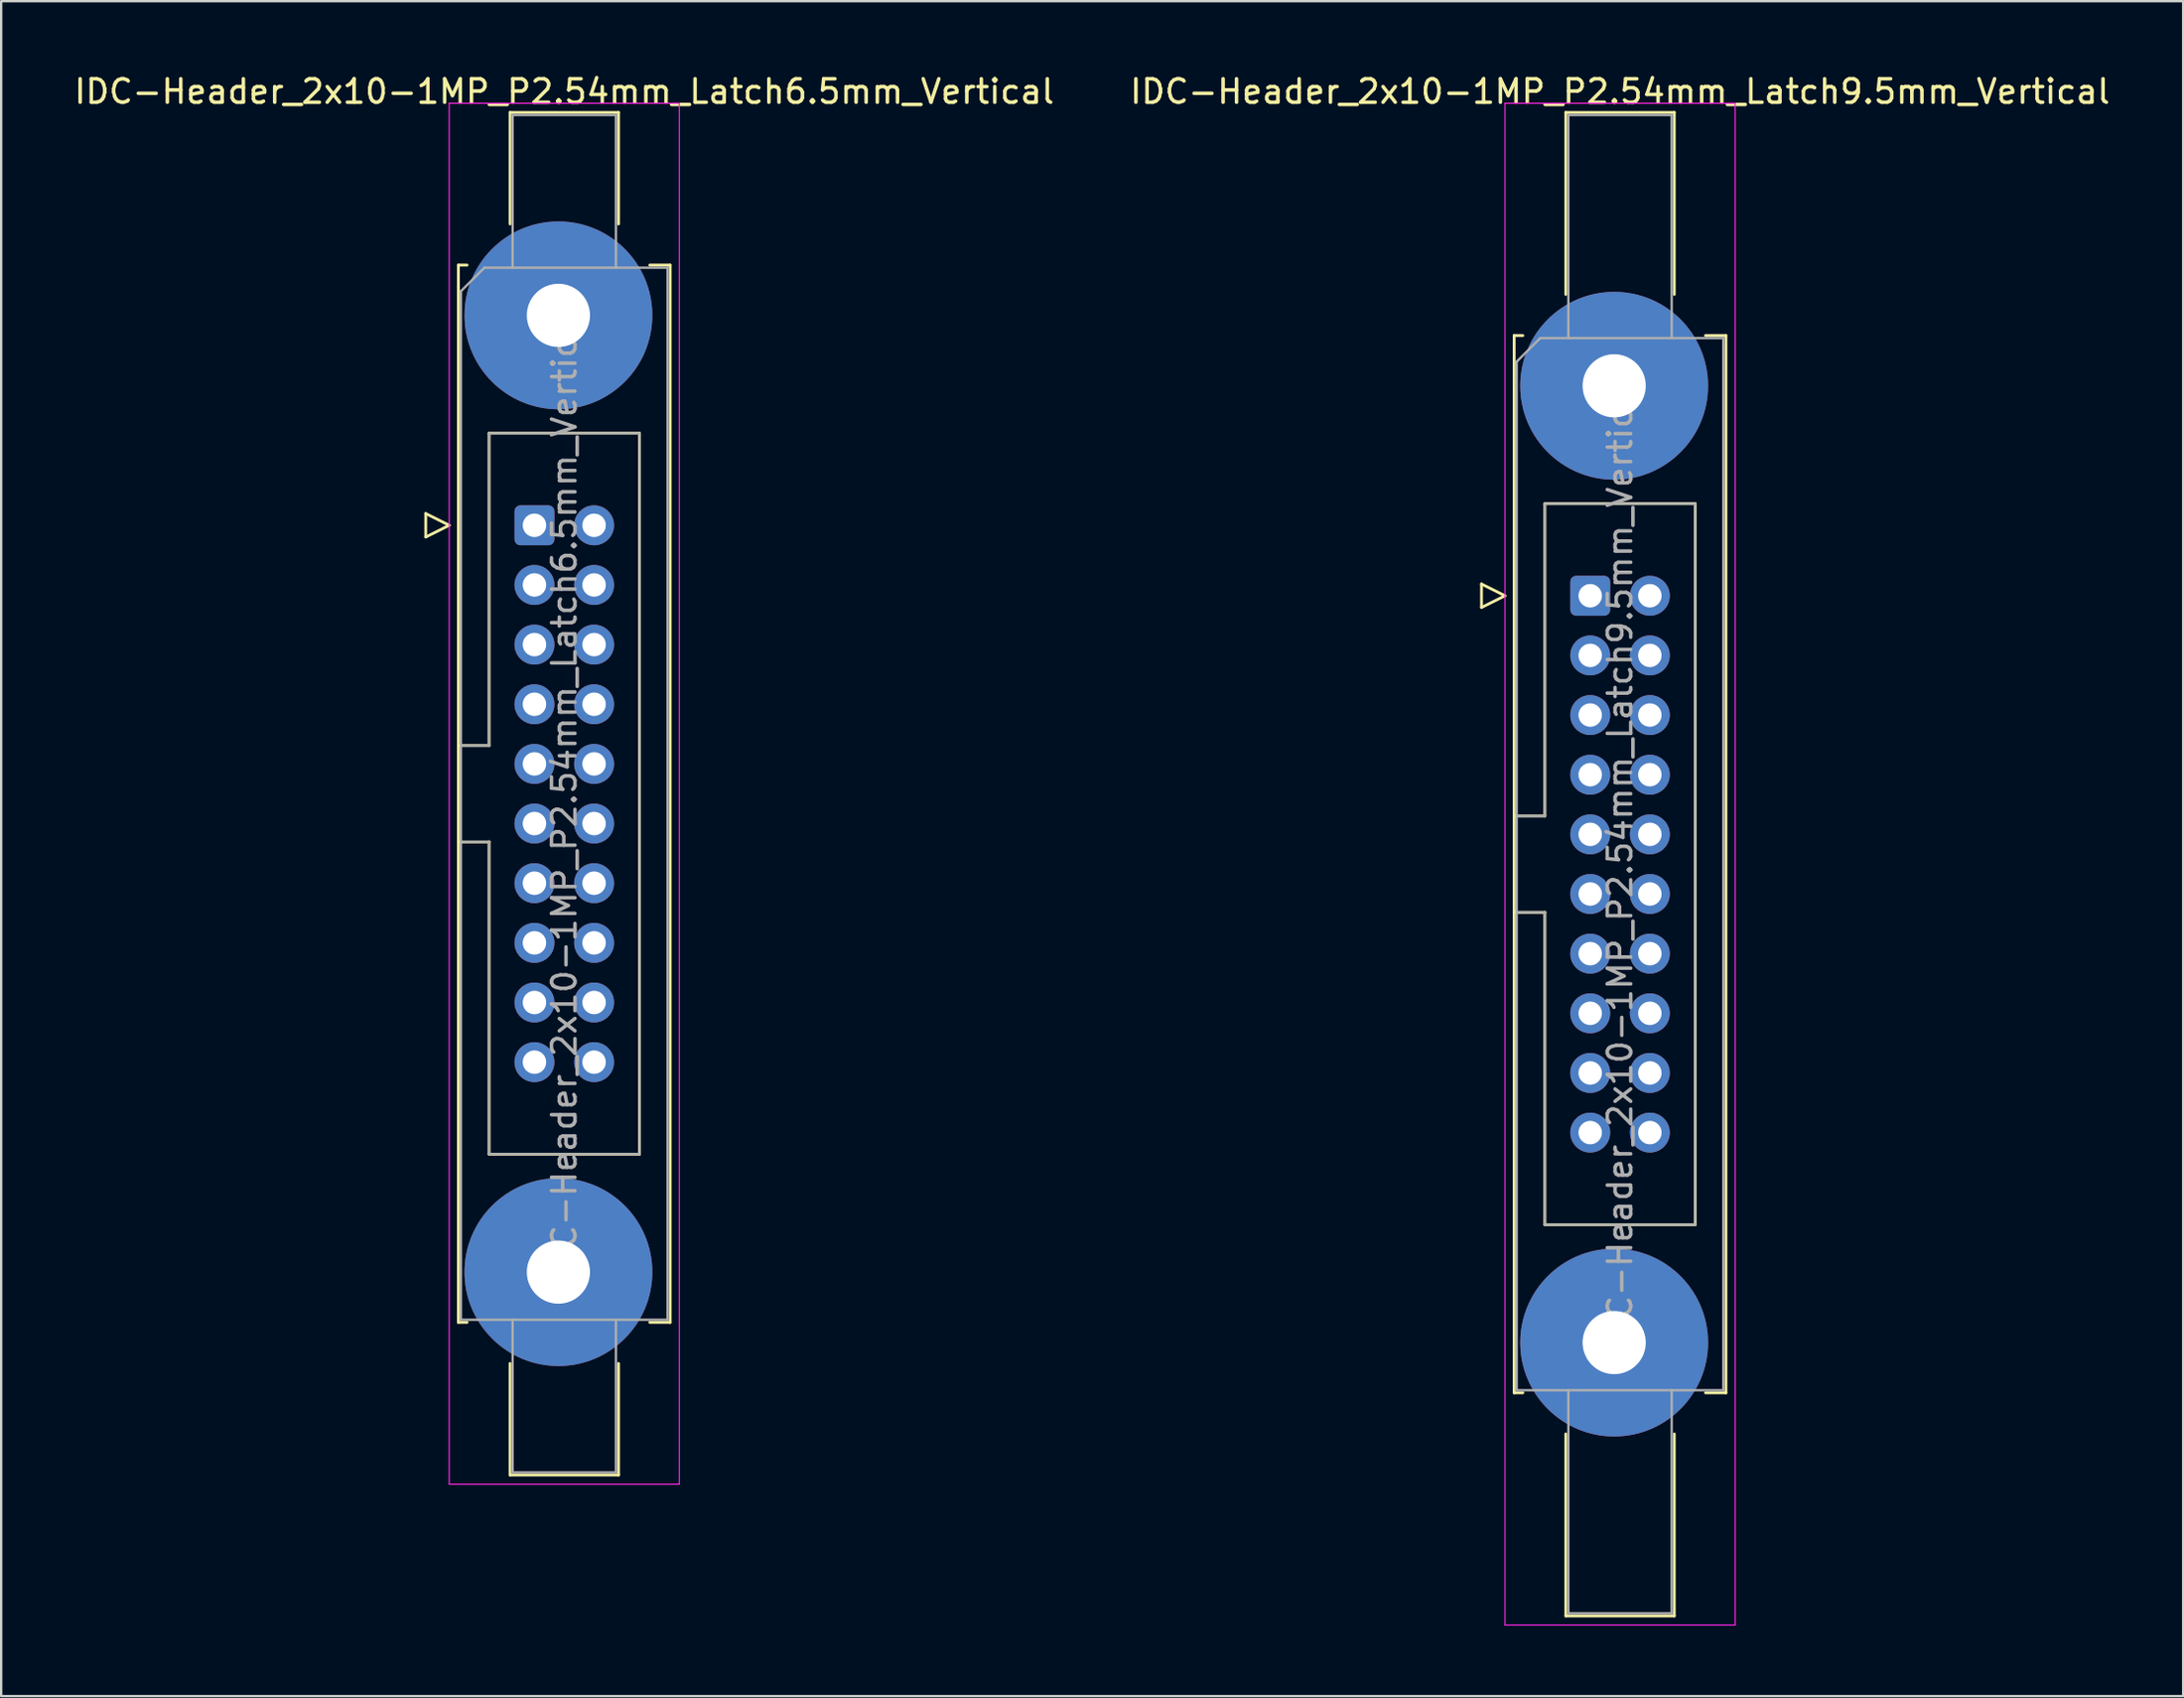
<source format=kicad_pcb>
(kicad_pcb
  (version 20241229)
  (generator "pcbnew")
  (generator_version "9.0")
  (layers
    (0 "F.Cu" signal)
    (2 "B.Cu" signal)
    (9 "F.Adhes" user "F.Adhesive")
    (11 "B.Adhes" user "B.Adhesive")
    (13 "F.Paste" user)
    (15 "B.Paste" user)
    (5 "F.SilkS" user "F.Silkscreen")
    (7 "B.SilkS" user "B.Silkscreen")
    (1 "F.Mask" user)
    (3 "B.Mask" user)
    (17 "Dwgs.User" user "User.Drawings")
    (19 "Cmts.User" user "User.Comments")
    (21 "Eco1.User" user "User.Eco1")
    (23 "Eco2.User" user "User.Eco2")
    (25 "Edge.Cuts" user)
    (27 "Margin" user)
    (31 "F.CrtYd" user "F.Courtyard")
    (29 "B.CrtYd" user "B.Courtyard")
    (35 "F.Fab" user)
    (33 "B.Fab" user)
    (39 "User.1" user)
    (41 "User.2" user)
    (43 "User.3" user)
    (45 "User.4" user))
  (footprint "IDC-Header_2x10-1MP_P2.54mm_Latch9.5mm_Vertical"
    (layer "F.Cu")
    (at 64.676 22.318)
    (property "Reference" "IDC-Header_2x10-1MP_P2.54mm_Latch9.5mm_Vertical" (at 1.27 -21.47 0) (layer "F.SilkS") (effects (font (size 1 1) (thickness 0.15))))
    (attr through_hole)
    (fp_line (start -4.63 -0.5) (end -4.63 0.5) (stroke (width 0.12) (type solid)) (layer "F.SilkS"))
    (fp_line (start -4.63 0.5) (end -3.63 0) (stroke (width 0.12) (type solid)) (layer "F.SilkS"))
    (fp_line (start -3.63 0) (end -4.63 -0.5) (stroke (width 0.12) (type solid)) (layer "F.SilkS"))
    (fp_line (start -3.24 -11.08) (end -3.24 33.94) (stroke (width 0.12) (type solid)) (layer "F.SilkS"))
    (fp_line (start -3.24 9.38) (end -1.93 9.38) (stroke (width 0.12) (type solid)) (layer "F.SilkS"))
    (fp_line (start -3.24 33.94) (end -2.87 33.94) (stroke (width 0.12) (type solid)) (layer "F.SilkS"))
    (fp_line (start -2.87 -11.08) (end -3.24 -11.08) (stroke (width 0.12) (type solid)) (layer "F.SilkS"))
    (fp_line (start -1.93 -3.92) (end 4.47 -3.92) (stroke (width 0.12) (type solid)) (layer "F.SilkS"))
    (fp_line (start -1.93 9.38) (end -1.93 -3.92) (stroke (width 0.12) (type solid)) (layer "F.SilkS"))
    (fp_line (start -1.93 13.48) (end -3.24 13.48) (stroke (width 0.12) (type solid)) (layer "F.SilkS"))
    (fp_line (start -1.93 13.48) (end -1.93 13.48) (stroke (width 0.12) (type solid)) (layer "F.SilkS"))
    (fp_line (start -1.93 26.78) (end -1.93 13.48) (stroke (width 0.12) (type solid)) (layer "F.SilkS"))
    (fp_line (start -1.04 -20.58) (end 3.58 -20.58) (stroke (width 0.12) (type solid)) (layer "F.SilkS"))
    (fp_line (start -1.04 -12.83) (end -1.04 -20.58) (stroke (width 0.12) (type solid)) (layer "F.SilkS"))
    (fp_line (start -1.04 35.69) (end -1.04 43.44) (stroke (width 0.12) (type solid)) (layer "F.SilkS"))
    (fp_line (start -1.04 43.44) (end 3.58 43.44) (stroke (width 0.12) (type solid)) (layer "F.SilkS"))
    (fp_line (start 3.58 -20.58) (end 3.58 -12.83) (stroke (width 0.12) (type solid)) (layer "F.SilkS"))
    (fp_line (start 3.58 43.44) (end 3.58 35.69) (stroke (width 0.12) (type solid)) (layer "F.SilkS"))
    (fp_line (start 4.47 -3.92) (end 4.47 26.78) (stroke (width 0.12) (type solid)) (layer "F.SilkS"))
    (fp_line (start 4.47 26.78) (end -1.93 26.78) (stroke (width 0.12) (type solid)) (layer "F.SilkS"))
    (fp_line (start 4.91 -11.08) (end 5.78 -11.08) (stroke (width 0.12) (type solid)) (layer "F.SilkS"))
    (fp_line (start 5.78 -11.08) (end 5.78 33.94) (stroke (width 0.12) (type solid)) (layer "F.SilkS"))
    (fp_line (start 5.78 33.94) (end 4.91 33.94) (stroke (width 0.12) (type solid)) (layer "F.SilkS"))
    (fp_line (start -3.63 -20.97) (end -3.63 43.83) (stroke (width 0.05) (type solid)) (layer "F.CrtYd"))
    (fp_line (start -3.63 43.83) (end 6.17 43.83) (stroke (width 0.05) (type solid)) (layer "F.CrtYd"))
    (fp_line (start 6.17 -20.97) (end -3.63 -20.97) (stroke (width 0.05) (type solid)) (layer "F.CrtYd"))
    (fp_line (start 6.17 43.83) (end 6.17 -20.97) (stroke (width 0.05) (type solid)) (layer "F.CrtYd"))
    (fp_line (start -3.13 -9.97) (end -2.13 -10.97) (stroke (width 0.1) (type solid)) (layer "F.Fab"))
    (fp_line (start -3.13 9.38) (end -1.93 9.38) (stroke (width 0.1) (type solid)) (layer "F.Fab"))
    (fp_line (start -3.13 33.83) (end -3.13 -9.97) (stroke (width 0.1) (type solid)) (layer "F.Fab"))
    (fp_line (start -2.13 -10.97) (end 5.67 -10.97) (stroke (width 0.1) (type solid)) (layer "F.Fab"))
    (fp_line (start -1.93 -3.92) (end 4.47 -3.92) (stroke (width 0.1) (type solid)) (layer "F.Fab"))
    (fp_line (start -1.93 9.38) (end -1.93 -3.92) (stroke (width 0.1) (type solid)) (layer "F.Fab"))
    (fp_line (start -1.93 13.48) (end -3.13 13.48) (stroke (width 0.1) (type solid)) (layer "F.Fab"))
    (fp_line (start -1.93 13.48) (end -1.93 13.48) (stroke (width 0.1) (type solid)) (layer "F.Fab"))
    (fp_line (start -1.93 26.78) (end -1.93 13.48) (stroke (width 0.1) (type solid)) (layer "F.Fab"))
    (fp_line (start -0.93 -20.47) (end 3.47 -20.47) (stroke (width 0.1) (type solid)) (layer "F.Fab"))
    (fp_line (start -0.93 -10.97) (end -0.93 -20.47) (stroke (width 0.1) (type solid)) (layer "F.Fab"))
    (fp_line (start -0.93 33.83) (end -0.93 43.33) (stroke (width 0.1) (type solid)) (layer "F.Fab"))
    (fp_line (start -0.93 43.33) (end 3.47 43.33) (stroke (width 0.1) (type solid)) (layer "F.Fab"))
    (fp_line (start 3.47 -20.47) (end 3.47 -10.97) (stroke (width 0.1) (type solid)) (layer "F.Fab"))
    (fp_line (start 3.47 43.33) (end 3.47 33.83) (stroke (width 0.1) (type solid)) (layer "F.Fab"))
    (fp_line (start 4.47 -3.92) (end 4.47 26.78) (stroke (width 0.1) (type solid)) (layer "F.Fab"))
    (fp_line (start 4.47 26.78) (end -1.93 26.78) (stroke (width 0.1) (type solid)) (layer "F.Fab"))
    (fp_line (start 5.67 -10.97) (end 5.67 33.83) (stroke (width 0.1) (type solid)) (layer "F.Fab"))
    (fp_line (start 5.67 33.83) (end -3.13 33.83) (stroke (width 0.1) (type solid)) (layer "F.Fab"))
    (fp_text user "${REFERENCE}" (at 1.27 11.43 90) (layer "F.Fab") (effects (font (size 1 1) (thickness 0.15))))
    (pad "1" thru_hole roundrect (at 0 0) (size 1.7 1.7) (drill 1) (layers "*.Cu" "*.Mask") (roundrect_rratio 0.147))
    (pad "2" thru_hole circle (at 2.54 0) (size 1.7 1.7) (drill 1) (layers "*.Cu" "*.Mask"))
    (pad "3" thru_hole circle (at 0 2.54) (size 1.7 1.7) (drill 1) (layers "*.Cu" "*.Mask"))
    (pad "4" thru_hole circle (at 2.54 2.54) (size 1.7 1.7) (drill 1) (layers "*.Cu" "*.Mask"))
    (pad "5" thru_hole circle (at 0 5.08) (size 1.7 1.7) (drill 1) (layers "*.Cu" "*.Mask"))
    (pad "6" thru_hole circle (at 2.54 5.08) (size 1.7 1.7) (drill 1) (layers "*.Cu" "*.Mask"))
    (pad "7" thru_hole circle (at 0 7.62) (size 1.7 1.7) (drill 1) (layers "*.Cu" "*.Mask"))
    (pad "8" thru_hole circle (at 2.54 7.62) (size 1.7 1.7) (drill 1) (layers "*.Cu" "*.Mask"))
    (pad "9" thru_hole circle (at 0 10.16) (size 1.7 1.7) (drill 1) (layers "*.Cu" "*.Mask"))
    (pad "10" thru_hole circle (at 2.54 10.16) (size 1.7 1.7) (drill 1) (layers "*.Cu" "*.Mask"))
    (pad "11" thru_hole circle (at 0 12.7) (size 1.7 1.7) (drill 1) (layers "*.Cu" "*.Mask"))
    (pad "12" thru_hole circle (at 2.54 12.7) (size 1.7 1.7) (drill 1) (layers "*.Cu" "*.Mask"))
    (pad "13" thru_hole circle (at 0 15.24) (size 1.7 1.7) (drill 1) (layers "*.Cu" "*.Mask"))
    (pad "14" thru_hole circle (at 2.54 15.24) (size 1.7 1.7) (drill 1) (layers "*.Cu" "*.Mask"))
    (pad "15" thru_hole circle (at 0 17.78) (size 1.7 1.7) (drill 1) (layers "*.Cu" "*.Mask"))
    (pad "16" thru_hole circle (at 2.54 17.78) (size 1.7 1.7) (drill 1) (layers "*.Cu" "*.Mask"))
    (pad "17" thru_hole circle (at 0 20.32) (size 1.7 1.7) (drill 1) (layers "*.Cu" "*.Mask"))
    (pad "18" thru_hole circle (at 2.54 20.32) (size 1.7 1.7) (drill 1) (layers "*.Cu" "*.Mask"))
    (pad "19" thru_hole circle (at 0 22.86) (size 1.7 1.7) (drill 1) (layers "*.Cu" "*.Mask"))
    (pad "20" thru_hole circle (at 2.54 22.86) (size 1.7 1.7) (drill 1) (layers "*.Cu" "*.Mask"))
    (pad "MP" thru_hole circle (at 1.02 -8.94) (size 8 8) (drill 2.69) (layers "*.Cu" "*.Mask"))
    (pad "MP" thru_hole circle (at 1.02 31.8) (size 8 8) (drill 2.69) (layers "*.Cu" "*.Mask")))
  (footprint "IDC-Header_2x10-1MP_P2.54mm_Latch6.5mm_Vertical"
    (layer "F.Cu")
    (at 19.712 19.318)
    (property "Reference" "IDC-Header_2x10-1MP_P2.54mm_Latch6.5mm_Vertical" (at 1.27 -18.47 0) (layer "F.SilkS") (effects (font (size 1 1) (thickness 0.15))))
    (attr through_hole)
    (fp_line (start -4.63 -0.5) (end -4.63 0.5) (stroke (width 0.12) (type solid)) (layer "F.SilkS"))
    (fp_line (start -4.63 0.5) (end -3.63 0) (stroke (width 0.12) (type solid)) (layer "F.SilkS"))
    (fp_line (start -3.63 0) (end -4.63 -0.5) (stroke (width 0.12) (type solid)) (layer "F.SilkS"))
    (fp_line (start -3.24 -11.08) (end -3.24 33.94) (stroke (width 0.12) (type solid)) (layer "F.SilkS"))
    (fp_line (start -3.24 9.38) (end -1.93 9.38) (stroke (width 0.12) (type solid)) (layer "F.SilkS"))
    (fp_line (start -3.24 33.94) (end -2.87 33.94) (stroke (width 0.12) (type solid)) (layer "F.SilkS"))
    (fp_line (start -2.87 -11.08) (end -3.24 -11.08) (stroke (width 0.12) (type solid)) (layer "F.SilkS"))
    (fp_line (start -1.93 -3.92) (end 4.47 -3.92) (stroke (width 0.12) (type solid)) (layer "F.SilkS"))
    (fp_line (start -1.93 9.38) (end -1.93 -3.92) (stroke (width 0.12) (type solid)) (layer "F.SilkS"))
    (fp_line (start -1.93 13.48) (end -3.24 13.48) (stroke (width 0.12) (type solid)) (layer "F.SilkS"))
    (fp_line (start -1.93 13.48) (end -1.93 13.48) (stroke (width 0.12) (type solid)) (layer "F.SilkS"))
    (fp_line (start -1.93 26.78) (end -1.93 13.48) (stroke (width 0.12) (type solid)) (layer "F.SilkS"))
    (fp_line (start -1.04 -17.58) (end 3.58 -17.58) (stroke (width 0.12) (type solid)) (layer "F.SilkS"))
    (fp_line (start -1.04 -12.83) (end -1.04 -17.58) (stroke (width 0.12) (type solid)) (layer "F.SilkS"))
    (fp_line (start -1.04 35.69) (end -1.04 40.44) (stroke (width 0.12) (type solid)) (layer "F.SilkS"))
    (fp_line (start -1.04 40.44) (end 3.58 40.44) (stroke (width 0.12) (type solid)) (layer "F.SilkS"))
    (fp_line (start 3.58 -17.58) (end 3.58 -12.83) (stroke (width 0.12) (type solid)) (layer "F.SilkS"))
    (fp_line (start 3.58 40.44) (end 3.58 35.69) (stroke (width 0.12) (type solid)) (layer "F.SilkS"))
    (fp_line (start 4.47 -3.92) (end 4.47 26.78) (stroke (width 0.12) (type solid)) (layer "F.SilkS"))
    (fp_line (start 4.47 26.78) (end -1.93 26.78) (stroke (width 0.12) (type solid)) (layer "F.SilkS"))
    (fp_line (start 4.91 -11.08) (end 5.78 -11.08) (stroke (width 0.12) (type solid)) (layer "F.SilkS"))
    (fp_line (start 5.78 -11.08) (end 5.78 33.94) (stroke (width 0.12) (type solid)) (layer "F.SilkS"))
    (fp_line (start 5.78 33.94) (end 4.91 33.94) (stroke (width 0.12) (type solid)) (layer "F.SilkS"))
    (fp_line (start -3.63 -17.97) (end -3.63 40.83) (stroke (width 0.05) (type solid)) (layer "F.CrtYd"))
    (fp_line (start -3.63 40.83) (end 6.17 40.83) (stroke (width 0.05) (type solid)) (layer "F.CrtYd"))
    (fp_line (start 6.17 -17.97) (end -3.63 -17.97) (stroke (width 0.05) (type solid)) (layer "F.CrtYd"))
    (fp_line (start 6.17 40.83) (end 6.17 -17.97) (stroke (width 0.05) (type solid)) (layer "F.CrtYd"))
    (fp_line (start -3.13 -9.97) (end -2.13 -10.97) (stroke (width 0.1) (type solid)) (layer "F.Fab"))
    (fp_line (start -3.13 9.38) (end -1.93 9.38) (stroke (width 0.1) (type solid)) (layer "F.Fab"))
    (fp_line (start -3.13 33.83) (end -3.13 -9.97) (stroke (width 0.1) (type solid)) (layer "F.Fab"))
    (fp_line (start -2.13 -10.97) (end 5.67 -10.97) (stroke (width 0.1) (type solid)) (layer "F.Fab"))
    (fp_line (start -1.93 -3.92) (end 4.47 -3.92) (stroke (width 0.1) (type solid)) (layer "F.Fab"))
    (fp_line (start -1.93 9.38) (end -1.93 -3.92) (stroke (width 0.1) (type solid)) (layer "F.Fab"))
    (fp_line (start -1.93 13.48) (end -3.13 13.48) (stroke (width 0.1) (type solid)) (layer "F.Fab"))
    (fp_line (start -1.93 13.48) (end -1.93 13.48) (stroke (width 0.1) (type solid)) (layer "F.Fab"))
    (fp_line (start -1.93 26.78) (end -1.93 13.48) (stroke (width 0.1) (type solid)) (layer "F.Fab"))
    (fp_line (start -0.93 -17.47) (end 3.47 -17.47) (stroke (width 0.1) (type solid)) (layer "F.Fab"))
    (fp_line (start -0.93 -10.97) (end -0.93 -17.47) (stroke (width 0.1) (type solid)) (layer "F.Fab"))
    (fp_line (start -0.93 33.83) (end -0.93 40.33) (stroke (width 0.1) (type solid)) (layer "F.Fab"))
    (fp_line (start -0.93 40.33) (end 3.47 40.33) (stroke (width 0.1) (type solid)) (layer "F.Fab"))
    (fp_line (start 3.47 -17.47) (end 3.47 -10.97) (stroke (width 0.1) (type solid)) (layer "F.Fab"))
    (fp_line (start 3.47 40.33) (end 3.47 33.83) (stroke (width 0.1) (type solid)) (layer "F.Fab"))
    (fp_line (start 4.47 -3.92) (end 4.47 26.78) (stroke (width 0.1) (type solid)) (layer "F.Fab"))
    (fp_line (start 4.47 26.78) (end -1.93 26.78) (stroke (width 0.1) (type solid)) (layer "F.Fab"))
    (fp_line (start 5.67 -10.97) (end 5.67 33.83) (stroke (width 0.1) (type solid)) (layer "F.Fab"))
    (fp_line (start 5.67 33.83) (end -3.13 33.83) (stroke (width 0.1) (type solid)) (layer "F.Fab"))
    (fp_text user "${REFERENCE}" (at 1.27 11.43 90) (layer "F.Fab") (effects (font (size 1 1) (thickness 0.15))))
    (pad "1" thru_hole roundrect (at 0 0) (size 1.7 1.7) (drill 1) (layers "*.Cu" "*.Mask") (roundrect_rratio 0.147))
    (pad "2" thru_hole circle (at 2.54 0) (size 1.7 1.7) (drill 1) (layers "*.Cu" "*.Mask"))
    (pad "3" thru_hole circle (at 0 2.54) (size 1.7 1.7) (drill 1) (layers "*.Cu" "*.Mask"))
    (pad "4" thru_hole circle (at 2.54 2.54) (size 1.7 1.7) (drill 1) (layers "*.Cu" "*.Mask"))
    (pad "5" thru_hole circle (at 0 5.08) (size 1.7 1.7) (drill 1) (layers "*.Cu" "*.Mask"))
    (pad "6" thru_hole circle (at 2.54 5.08) (size 1.7 1.7) (drill 1) (layers "*.Cu" "*.Mask"))
    (pad "7" thru_hole circle (at 0 7.62) (size 1.7 1.7) (drill 1) (layers "*.Cu" "*.Mask"))
    (pad "8" thru_hole circle (at 2.54 7.62) (size 1.7 1.7) (drill 1) (layers "*.Cu" "*.Mask"))
    (pad "9" thru_hole circle (at 0 10.16) (size 1.7 1.7) (drill 1) (layers "*.Cu" "*.Mask"))
    (pad "10" thru_hole circle (at 2.54 10.16) (size 1.7 1.7) (drill 1) (layers "*.Cu" "*.Mask"))
    (pad "11" thru_hole circle (at 0 12.7) (size 1.7 1.7) (drill 1) (layers "*.Cu" "*.Mask"))
    (pad "12" thru_hole circle (at 2.54 12.7) (size 1.7 1.7) (drill 1) (layers "*.Cu" "*.Mask"))
    (pad "13" thru_hole circle (at 0 15.24) (size 1.7 1.7) (drill 1) (layers "*.Cu" "*.Mask"))
    (pad "14" thru_hole circle (at 2.54 15.24) (size 1.7 1.7) (drill 1) (layers "*.Cu" "*.Mask"))
    (pad "15" thru_hole circle (at 0 17.78) (size 1.7 1.7) (drill 1) (layers "*.Cu" "*.Mask"))
    (pad "16" thru_hole circle (at 2.54 17.78) (size 1.7 1.7) (drill 1) (layers "*.Cu" "*.Mask"))
    (pad "17" thru_hole circle (at 0 20.32) (size 1.7 1.7) (drill 1) (layers "*.Cu" "*.Mask"))
    (pad "18" thru_hole circle (at 2.54 20.32) (size 1.7 1.7) (drill 1) (layers "*.Cu" "*.Mask"))
    (pad "19" thru_hole circle (at 0 22.86) (size 1.7 1.7) (drill 1) (layers "*.Cu" "*.Mask"))
    (pad "20" thru_hole circle (at 2.54 22.86) (size 1.7 1.7) (drill 1) (layers "*.Cu" "*.Mask"))
    (pad "MP" thru_hole circle (at 1.02 -8.94) (size 8 8) (drill 2.69) (layers "*.Cu" "*.Mask"))
    (pad "MP" thru_hole circle (at 1.02 31.8) (size 8 8) (drill 2.69) (layers "*.Cu" "*.Mask")))
  (gr_rect
    (start -3 -3)
    (end 89.929 69.173)
    (stroke (width 0.1) (type default))
    (fill no)
    (layer "Edge.Cuts")))
</source>
